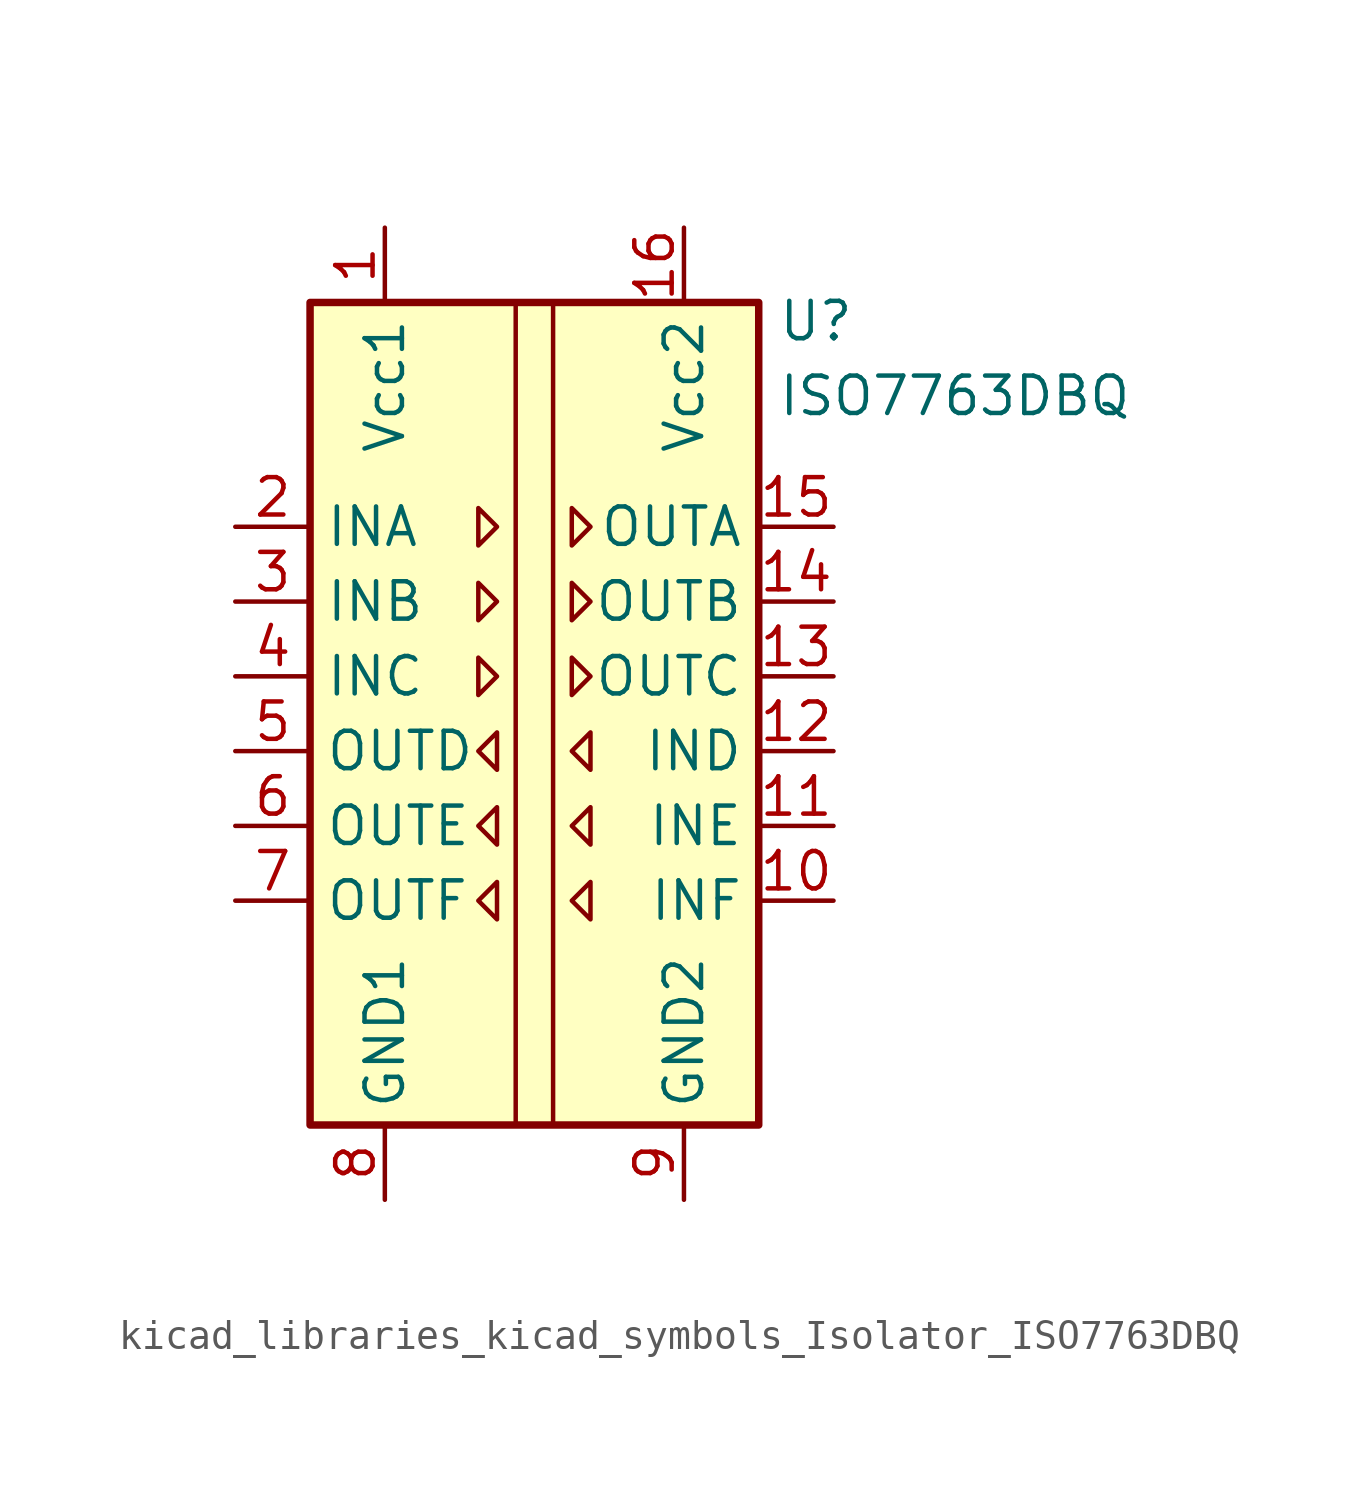
<source format=kicad_sym>
(kicad_symbol_lib
  (version 20220914)
  (generator kicad_symbol_editor)
  (symbol "kicad_libraries_kicad_symbols_Isolator_ISO7763DBQ"
    (property "Reference" "U"
      (at 8.255 14.605 0)
      (effects (font (size 1.27 1.27)) (justify left)))
    (property "Value" "ISO7763DBQ"
      (at 8.255 12.065 0)
      (effects (font (size 1.27 1.27)) (justify left)))
    (symbol "kicad_libraries_kicad_symbols_Isolator_ISO7763DBQ_0_1"
      (rectangle (start -7.62 15.24) (end 7.62 -12.7) (stroke (width 0.254) (type default)) (fill (type background)))
      (polyline (pts (xy -0.635 15.24) (xy -0.635 -12.7)) (stroke (width 0) (type default)) (fill (type none)))
      (polyline (pts (xy 0.635 15.24) (xy 0.635 -12.7)) (stroke (width 0) (type default)) (fill (type none)))
      (polyline (pts (xy -1.905 8.255) (xy -1.27 7.62) (xy -1.905 6.985) (xy -1.905 8.255)) (stroke (width 0) (type default)) (fill (type none)))
      (polyline (pts (xy 1.27 8.255) (xy 1.905 7.62) (xy 1.27 6.985) (xy 1.27 8.255)) (stroke (width 0) (type default)) (fill (type none))))
    (symbol "kicad_libraries_kicad_symbols_Isolator_ISO7763DBQ_1_1"
      (polyline (pts (xy -1.905 3.175) (xy -1.27 2.54) (xy -1.905 1.905) (xy -1.905 3.175)) (stroke (width 0) (type default)) (fill (type none)))
      (polyline (pts (xy -1.905 5.715) (xy -1.27 5.08) (xy -1.905 4.445) (xy -1.905 5.715)) (stroke (width 0) (type default)) (fill (type none)))
      (polyline (pts (xy -1.27 -4.445) (xy -1.905 -5.08) (xy -1.27 -5.715) (xy -1.27 -4.445)) (stroke (width 0) (type default)) (fill (type none)))
      (polyline (pts (xy -1.27 -1.905) (xy -1.905 -2.54) (xy -1.27 -3.175) (xy -1.27 -1.905)) (stroke (width 0) (type default)) (fill (type none)))
      (polyline (pts (xy -1.27 0.635) (xy -1.905 0) (xy -1.27 -0.635) (xy -1.27 0.635)) (stroke (width 0) (type default)) (fill (type none)))
      (polyline (pts (xy 1.27 3.175) (xy 1.905 2.54) (xy 1.27 1.905) (xy 1.27 3.175)) (stroke (width 0) (type default)) (fill (type none)))
      (polyline (pts (xy 1.27 5.715) (xy 1.905 5.08) (xy 1.27 4.445) (xy 1.27 5.715)) (stroke (width 0) (type default)) (fill (type none)))
      (polyline (pts (xy 1.905 -4.445) (xy 1.27 -5.08) (xy 1.905 -5.715) (xy 1.905 -4.445)) (stroke (width 0) (type default)) (fill (type none)))
      (polyline (pts (xy 1.905 -1.905) (xy 1.27 -2.54) (xy 1.905 -3.175) (xy 1.905 -1.905)) (stroke (width 0) (type default)) (fill (type none)))
      (polyline (pts (xy 1.905 0.635) (xy 1.27 0) (xy 1.905 -0.635) (xy 1.905 0.635)) (stroke (width 0) (type default)) (fill (type none)))
      (pin power_in line (at -5.08 17.78 270) (length 2.54) (name "Vcc1" (effects (font (size 1.27 1.27)))) (number "1" (effects (font (size 1.27 1.27)))))
      (pin input line (at 10.16 -5.08 180) (length 2.54) (name "INF" (effects (font (size 1.27 1.27)))) (number "10" (effects (font (size 1.27 1.27)))))
      (pin input line (at 10.16 -2.54 180) (length 2.54) (name "INE" (effects (font (size 1.27 1.27)))) (number "11" (effects (font (size 1.27 1.27)))))
      (pin input line (at 10.16 0 180) (length 2.54) (name "IND" (effects (font (size 1.27 1.27)))) (number "12" (effects (font (size 1.27 1.27)))))
      (pin output line (at 10.16 2.54 180) (length 2.54) (name "OUTC" (effects (font (size 1.27 1.27)))) (number "13" (effects (font (size 1.27 1.27)))))
      (pin output line (at 10.16 5.08 180) (length 2.54) (name "OUTB" (effects (font (size 1.27 1.27)))) (number "14" (effects (font (size 1.27 1.27)))))
      (pin output line (at 10.16 7.62 180) (length 2.54) (name "OUTA" (effects (font (size 1.27 1.27)))) (number "15" (effects (font (size 1.27 1.27)))))
      (pin power_in line (at 5.08 17.78 270) (length 2.54) (name "Vcc2" (effects (font (size 1.27 1.27)))) (number "16" (effects (font (size 1.27 1.27)))))
      (pin input line (at -10.16 7.62 0) (length 2.54) (name "INA" (effects (font (size 1.27 1.27)))) (number "2" (effects (font (size 1.27 1.27)))))
      (pin input line (at -10.16 5.08 0) (length 2.54) (name "INB" (effects (font (size 1.27 1.27)))) (number "3" (effects (font (size 1.27 1.27)))))
      (pin input line (at -10.16 2.54 0) (length 2.54) (name "INC" (effects (font (size 1.27 1.27)))) (number "4" (effects (font (size 1.27 1.27)))))
      (pin output line (at -10.16 0 0) (length 2.54) (name "OUTD" (effects (font (size 1.27 1.27)))) (number "5" (effects (font (size 1.27 1.27)))))
      (pin output line (at -10.16 -2.54 0) (length 2.54) (name "OUTE" (effects (font (size 1.27 1.27)))) (number "6" (effects (font (size 1.27 1.27)))))
      (pin output line (at -10.16 -5.08 0) (length 2.54) (name "OUTF" (effects (font (size 1.27 1.27)))) (number "7" (effects (font (size 1.27 1.27)))))
      (pin power_in line (at -5.08 -15.24 90) (length 2.54) (name "GND1" (effects (font (size 1.27 1.27)))) (number "8" (effects (font (size 1.27 1.27)))))
      (pin power_in line (at 5.08 -15.24 90) (length 2.54) (name "GND2" (effects (font (size 1.27 1.27)))) (number "9" (effects (font (size 1.27 1.27))))))))
</source>
